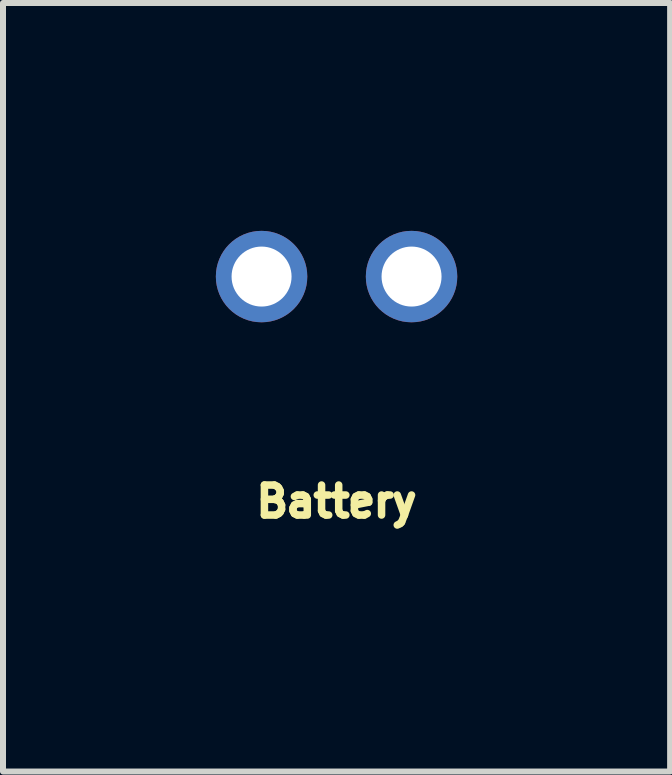
<source format=kicad_pcb>
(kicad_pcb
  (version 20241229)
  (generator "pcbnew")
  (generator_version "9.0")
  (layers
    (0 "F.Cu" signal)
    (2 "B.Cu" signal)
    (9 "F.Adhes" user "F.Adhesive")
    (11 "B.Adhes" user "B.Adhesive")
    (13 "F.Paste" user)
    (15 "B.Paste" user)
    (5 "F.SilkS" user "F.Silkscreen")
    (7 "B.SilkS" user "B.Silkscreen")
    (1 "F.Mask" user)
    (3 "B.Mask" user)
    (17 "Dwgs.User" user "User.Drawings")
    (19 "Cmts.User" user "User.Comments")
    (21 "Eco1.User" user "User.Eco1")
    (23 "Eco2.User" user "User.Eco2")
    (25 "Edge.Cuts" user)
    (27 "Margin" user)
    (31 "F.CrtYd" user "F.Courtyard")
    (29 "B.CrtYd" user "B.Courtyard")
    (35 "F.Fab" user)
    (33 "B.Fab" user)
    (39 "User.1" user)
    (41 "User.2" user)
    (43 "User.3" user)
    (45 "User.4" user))
  (footprint "Battery"
    (layer "F.Cu")
    (at 2.56 6.56)
    (property "Reference" "Battery" (at 0 -1.25 0) (layer "F.SilkS") (effects (font (size 0.5 0.5) (thickness 0.125))))
    (attr through_hole)
    (fp_line (start -2.5 -6.5) (end 2.5 -6.5) (stroke (width 0.12) (type solid)) (layer "B.Paste"))
    (fp_line (start -2.5 -2.75) (end -2.5 -6.5) (stroke (width 0.12) (type solid)) (layer "B.Paste"))
    (fp_line (start -2.25 -2.75) (end -2.5 -2.75) (stroke (width 0.12) (type solid)) (layer "B.Paste"))
    (fp_line (start -2.25 -2.75) (end 2.25 -2.75) (stroke (width 0.12) (type solid)) (layer "B.Paste"))
    (fp_line (start 2.25 -2.75) (end 2.5 -2.75) (stroke (width 0.12) (type solid)) (layer "B.Paste"))
    (fp_line (start 2.5 -2.75) (end 2.5 -6.5) (stroke (width 0.12) (type solid)) (layer "B.Paste"))
    (pad "GND" thru_hole circle (at -1.25 -5) (size 1.524 1.524) (drill 1) (layers "*.Cu" "*.Mask"))
    (pad "Vin" thru_hole circle (at 1.25 -5) (size 1.524 1.524) (drill 1) (layers "*.Cu" "*.Mask")))
  (gr_rect
    (start -3 -3)
    (end 8.12 9.81)
    (stroke (width 0.1) (type default))
    (fill no)
    (layer "Edge.Cuts")))
</source>
